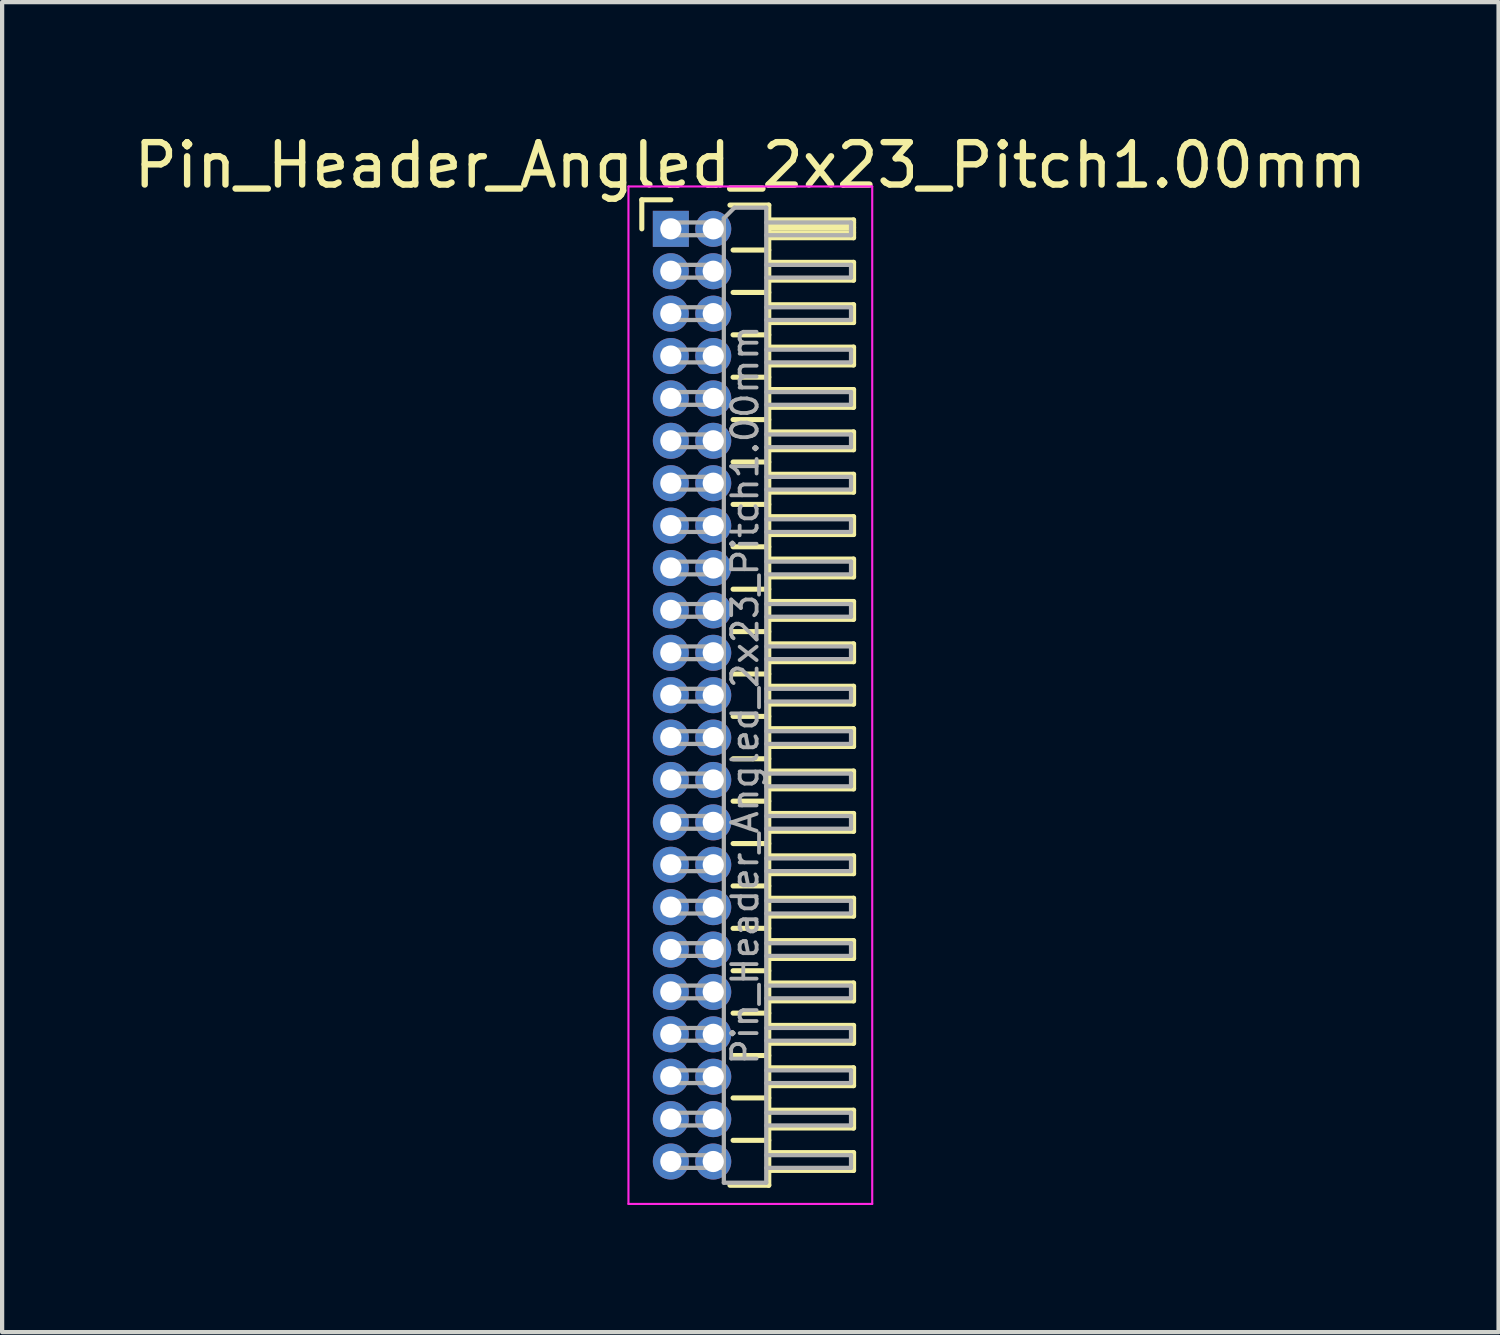
<source format=kicad_pcb>
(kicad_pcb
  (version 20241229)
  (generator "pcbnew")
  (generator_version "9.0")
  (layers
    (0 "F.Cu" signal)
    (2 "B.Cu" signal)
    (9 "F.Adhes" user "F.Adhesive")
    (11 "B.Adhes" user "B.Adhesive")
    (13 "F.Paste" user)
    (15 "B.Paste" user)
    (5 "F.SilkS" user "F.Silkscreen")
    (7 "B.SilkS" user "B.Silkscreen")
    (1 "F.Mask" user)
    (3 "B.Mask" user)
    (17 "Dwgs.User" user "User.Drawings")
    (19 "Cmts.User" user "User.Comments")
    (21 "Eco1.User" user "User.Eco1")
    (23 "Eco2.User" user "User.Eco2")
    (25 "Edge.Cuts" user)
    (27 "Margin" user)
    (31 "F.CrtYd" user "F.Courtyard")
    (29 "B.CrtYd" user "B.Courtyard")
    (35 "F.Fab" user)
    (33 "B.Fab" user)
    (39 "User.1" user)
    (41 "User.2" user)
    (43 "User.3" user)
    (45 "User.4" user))
  (footprint "Pin_Header_Angled_2x23_Pitch1.00mm"
    (layer "F.Cu")
    (at 12.774 2.348)
    (property "Reference" "Pin_Header_Angled_2x23_Pitch1.00mm" (at 1.875 -1.5 0) (layer "F.SilkS") (effects (font (size 1 1) (thickness 0.15))))
    (attr through_hole)
    (fp_line (start -0.685 -0.685) (end 0 -0.685) (stroke (width 0.12) (type solid)) (layer "F.SilkS"))
    (fp_line (start -0.685 0) (end -0.685 -0.685) (stroke (width 0.12) (type solid)) (layer "F.SilkS"))
    (fp_line (start 1.394 -0.56) (end 2.31 -0.56) (stroke (width 0.12) (type solid)) (layer "F.SilkS"))
    (fp_line (start 1.468 0.5) (end 2.31 0.5) (stroke (width 0.12) (type solid)) (layer "F.SilkS"))
    (fp_line (start 1.468 1.5) (end 2.31 1.5) (stroke (width 0.12) (type solid)) (layer "F.SilkS"))
    (fp_line (start 1.468 2.5) (end 2.31 2.5) (stroke (width 0.12) (type solid)) (layer "F.SilkS"))
    (fp_line (start 1.468 3.5) (end 2.31 3.5) (stroke (width 0.12) (type solid)) (layer "F.SilkS"))
    (fp_line (start 1.468 4.5) (end 2.31 4.5) (stroke (width 0.12) (type solid)) (layer "F.SilkS"))
    (fp_line (start 1.468 5.5) (end 2.31 5.5) (stroke (width 0.12) (type solid)) (layer "F.SilkS"))
    (fp_line (start 1.468 6.5) (end 2.31 6.5) (stroke (width 0.12) (type solid)) (layer "F.SilkS"))
    (fp_line (start 1.468 7.5) (end 2.31 7.5) (stroke (width 0.12) (type solid)) (layer "F.SilkS"))
    (fp_line (start 1.468 8.5) (end 2.31 8.5) (stroke (width 0.12) (type solid)) (layer "F.SilkS"))
    (fp_line (start 1.468 9.5) (end 2.31 9.5) (stroke (width 0.12) (type solid)) (layer "F.SilkS"))
    (fp_line (start 1.468 10.5) (end 2.31 10.5) (stroke (width 0.12) (type solid)) (layer "F.SilkS"))
    (fp_line (start 1.468 11.5) (end 2.31 11.5) (stroke (width 0.12) (type solid)) (layer "F.SilkS"))
    (fp_line (start 1.468 12.5) (end 2.31 12.5) (stroke (width 0.12) (type solid)) (layer "F.SilkS"))
    (fp_line (start 1.468 13.5) (end 2.31 13.5) (stroke (width 0.12) (type solid)) (layer "F.SilkS"))
    (fp_line (start 1.468 14.5) (end 2.31 14.5) (stroke (width 0.12) (type solid)) (layer "F.SilkS"))
    (fp_line (start 1.468 15.5) (end 2.31 15.5) (stroke (width 0.12) (type solid)) (layer "F.SilkS"))
    (fp_line (start 1.468 16.5) (end 2.31 16.5) (stroke (width 0.12) (type solid)) (layer "F.SilkS"))
    (fp_line (start 1.468 17.5) (end 2.31 17.5) (stroke (width 0.12) (type solid)) (layer "F.SilkS"))
    (fp_line (start 1.468 18.5) (end 2.31 18.5) (stroke (width 0.12) (type solid)) (layer "F.SilkS"))
    (fp_line (start 1.468 19.5) (end 2.31 19.5) (stroke (width 0.12) (type solid)) (layer "F.SilkS"))
    (fp_line (start 1.468 20.5) (end 2.31 20.5) (stroke (width 0.12) (type solid)) (layer "F.SilkS"))
    (fp_line (start 1.468 21.5) (end 2.31 21.5) (stroke (width 0.12) (type solid)) (layer "F.SilkS"))
    (fp_line (start 2.31 -0.56) (end 2.31 22.56) (stroke (width 0.12) (type solid)) (layer "F.SilkS"))
    (fp_line (start 2.31 -0.21) (end 4.31 -0.21) (stroke (width 0.12) (type solid)) (layer "F.SilkS"))
    (fp_line (start 2.31 -0.15) (end 4.31 -0.15) (stroke (width 0.12) (type solid)) (layer "F.SilkS"))
    (fp_line (start 2.31 -0.03) (end 4.31 -0.03) (stroke (width 0.12) (type solid)) (layer "F.SilkS"))
    (fp_line (start 2.31 0.09) (end 4.31 0.09) (stroke (width 0.12) (type solid)) (layer "F.SilkS"))
    (fp_line (start 2.31 0.79) (end 4.31 0.79) (stroke (width 0.12) (type solid)) (layer "F.SilkS"))
    (fp_line (start 2.31 1.79) (end 4.31 1.79) (stroke (width 0.12) (type solid)) (layer "F.SilkS"))
    (fp_line (start 2.31 2.79) (end 4.31 2.79) (stroke (width 0.12) (type solid)) (layer "F.SilkS"))
    (fp_line (start 2.31 3.79) (end 4.31 3.79) (stroke (width 0.12) (type solid)) (layer "F.SilkS"))
    (fp_line (start 2.31 4.79) (end 4.31 4.79) (stroke (width 0.12) (type solid)) (layer "F.SilkS"))
    (fp_line (start 2.31 5.79) (end 4.31 5.79) (stroke (width 0.12) (type solid)) (layer "F.SilkS"))
    (fp_line (start 2.31 6.79) (end 4.31 6.79) (stroke (width 0.12) (type solid)) (layer "F.SilkS"))
    (fp_line (start 2.31 7.79) (end 4.31 7.79) (stroke (width 0.12) (type solid)) (layer "F.SilkS"))
    (fp_line (start 2.31 8.79) (end 4.31 8.79) (stroke (width 0.12) (type solid)) (layer "F.SilkS"))
    (fp_line (start 2.31 9.79) (end 4.31 9.79) (stroke (width 0.12) (type solid)) (layer "F.SilkS"))
    (fp_line (start 2.31 10.79) (end 4.31 10.79) (stroke (width 0.12) (type solid)) (layer "F.SilkS"))
    (fp_line (start 2.31 11.79) (end 4.31 11.79) (stroke (width 0.12) (type solid)) (layer "F.SilkS"))
    (fp_line (start 2.31 12.79) (end 4.31 12.79) (stroke (width 0.12) (type solid)) (layer "F.SilkS"))
    (fp_line (start 2.31 13.79) (end 4.31 13.79) (stroke (width 0.12) (type solid)) (layer "F.SilkS"))
    (fp_line (start 2.31 14.79) (end 4.31 14.79) (stroke (width 0.12) (type solid)) (layer "F.SilkS"))
    (fp_line (start 2.31 15.79) (end 4.31 15.79) (stroke (width 0.12) (type solid)) (layer "F.SilkS"))
    (fp_line (start 2.31 16.79) (end 4.31 16.79) (stroke (width 0.12) (type solid)) (layer "F.SilkS"))
    (fp_line (start 2.31 17.79) (end 4.31 17.79) (stroke (width 0.12) (type solid)) (layer "F.SilkS"))
    (fp_line (start 2.31 18.79) (end 4.31 18.79) (stroke (width 0.12) (type solid)) (layer "F.SilkS"))
    (fp_line (start 2.31 19.79) (end 4.31 19.79) (stroke (width 0.12) (type solid)) (layer "F.SilkS"))
    (fp_line (start 2.31 20.79) (end 4.31 20.79) (stroke (width 0.12) (type solid)) (layer "F.SilkS"))
    (fp_line (start 2.31 21.79) (end 4.31 21.79) (stroke (width 0.12) (type solid)) (layer "F.SilkS"))
    (fp_line (start 2.31 22.56) (end 1.394 22.56) (stroke (width 0.12) (type solid)) (layer "F.SilkS"))
    (fp_line (start 4.31 -0.21) (end 4.31 0.21) (stroke (width 0.12) (type solid)) (layer "F.SilkS"))
    (fp_line (start 4.31 0.21) (end 2.31 0.21) (stroke (width 0.12) (type solid)) (layer "F.SilkS"))
    (fp_line (start 4.31 0.79) (end 4.31 1.21) (stroke (width 0.12) (type solid)) (layer "F.SilkS"))
    (fp_line (start 4.31 1.21) (end 2.31 1.21) (stroke (width 0.12) (type solid)) (layer "F.SilkS"))
    (fp_line (start 4.31 1.79) (end 4.31 2.21) (stroke (width 0.12) (type solid)) (layer "F.SilkS"))
    (fp_line (start 4.31 2.21) (end 2.31 2.21) (stroke (width 0.12) (type solid)) (layer "F.SilkS"))
    (fp_line (start 4.31 2.79) (end 4.31 3.21) (stroke (width 0.12) (type solid)) (layer "F.SilkS"))
    (fp_line (start 4.31 3.21) (end 2.31 3.21) (stroke (width 0.12) (type solid)) (layer "F.SilkS"))
    (fp_line (start 4.31 3.79) (end 4.31 4.21) (stroke (width 0.12) (type solid)) (layer "F.SilkS"))
    (fp_line (start 4.31 4.21) (end 2.31 4.21) (stroke (width 0.12) (type solid)) (layer "F.SilkS"))
    (fp_line (start 4.31 4.79) (end 4.31 5.21) (stroke (width 0.12) (type solid)) (layer "F.SilkS"))
    (fp_line (start 4.31 5.21) (end 2.31 5.21) (stroke (width 0.12) (type solid)) (layer "F.SilkS"))
    (fp_line (start 4.31 5.79) (end 4.31 6.21) (stroke (width 0.12) (type solid)) (layer "F.SilkS"))
    (fp_line (start 4.31 6.21) (end 2.31 6.21) (stroke (width 0.12) (type solid)) (layer "F.SilkS"))
    (fp_line (start 4.31 6.79) (end 4.31 7.21) (stroke (width 0.12) (type solid)) (layer "F.SilkS"))
    (fp_line (start 4.31 7.21) (end 2.31 7.21) (stroke (width 0.12) (type solid)) (layer "F.SilkS"))
    (fp_line (start 4.31 7.79) (end 4.31 8.21) (stroke (width 0.12) (type solid)) (layer "F.SilkS"))
    (fp_line (start 4.31 8.21) (end 2.31 8.21) (stroke (width 0.12) (type solid)) (layer "F.SilkS"))
    (fp_line (start 4.31 8.79) (end 4.31 9.21) (stroke (width 0.12) (type solid)) (layer "F.SilkS"))
    (fp_line (start 4.31 9.21) (end 2.31 9.21) (stroke (width 0.12) (type solid)) (layer "F.SilkS"))
    (fp_line (start 4.31 9.79) (end 4.31 10.21) (stroke (width 0.12) (type solid)) (layer "F.SilkS"))
    (fp_line (start 4.31 10.21) (end 2.31 10.21) (stroke (width 0.12) (type solid)) (layer "F.SilkS"))
    (fp_line (start 4.31 10.79) (end 4.31 11.21) (stroke (width 0.12) (type solid)) (layer "F.SilkS"))
    (fp_line (start 4.31 11.21) (end 2.31 11.21) (stroke (width 0.12) (type solid)) (layer "F.SilkS"))
    (fp_line (start 4.31 11.79) (end 4.31 12.21) (stroke (width 0.12) (type solid)) (layer "F.SilkS"))
    (fp_line (start 4.31 12.21) (end 2.31 12.21) (stroke (width 0.12) (type solid)) (layer "F.SilkS"))
    (fp_line (start 4.31 12.79) (end 4.31 13.21) (stroke (width 0.12) (type solid)) (layer "F.SilkS"))
    (fp_line (start 4.31 13.21) (end 2.31 13.21) (stroke (width 0.12) (type solid)) (layer "F.SilkS"))
    (fp_line (start 4.31 13.79) (end 4.31 14.21) (stroke (width 0.12) (type solid)) (layer "F.SilkS"))
    (fp_line (start 4.31 14.21) (end 2.31 14.21) (stroke (width 0.12) (type solid)) (layer "F.SilkS"))
    (fp_line (start 4.31 14.79) (end 4.31 15.21) (stroke (width 0.12) (type solid)) (layer "F.SilkS"))
    (fp_line (start 4.31 15.21) (end 2.31 15.21) (stroke (width 0.12) (type solid)) (layer "F.SilkS"))
    (fp_line (start 4.31 15.79) (end 4.31 16.21) (stroke (width 0.12) (type solid)) (layer "F.SilkS"))
    (fp_line (start 4.31 16.21) (end 2.31 16.21) (stroke (width 0.12) (type solid)) (layer "F.SilkS"))
    (fp_line (start 4.31 16.79) (end 4.31 17.21) (stroke (width 0.12) (type solid)) (layer "F.SilkS"))
    (fp_line (start 4.31 17.21) (end 2.31 17.21) (stroke (width 0.12) (type solid)) (layer "F.SilkS"))
    (fp_line (start 4.31 17.79) (end 4.31 18.21) (stroke (width 0.12) (type solid)) (layer "F.SilkS"))
    (fp_line (start 4.31 18.21) (end 2.31 18.21) (stroke (width 0.12) (type solid)) (layer "F.SilkS"))
    (fp_line (start 4.31 18.79) (end 4.31 19.21) (stroke (width 0.12) (type solid)) (layer "F.SilkS"))
    (fp_line (start 4.31 19.21) (end 2.31 19.21) (stroke (width 0.12) (type solid)) (layer "F.SilkS"))
    (fp_line (start 4.31 19.79) (end 4.31 20.21) (stroke (width 0.12) (type solid)) (layer "F.SilkS"))
    (fp_line (start 4.31 20.21) (end 2.31 20.21) (stroke (width 0.12) (type solid)) (layer "F.SilkS"))
    (fp_line (start 4.31 20.79) (end 4.31 21.21) (stroke (width 0.12) (type solid)) (layer "F.SilkS"))
    (fp_line (start 4.31 21.21) (end 2.31 21.21) (stroke (width 0.12) (type solid)) (layer "F.SilkS"))
    (fp_line (start 4.31 21.79) (end 4.31 22.21) (stroke (width 0.12) (type solid)) (layer "F.SilkS"))
    (fp_line (start 4.31 22.21) (end 2.31 22.21) (stroke (width 0.12) (type solid)) (layer "F.SilkS"))
    (fp_line (start -1 -1) (end -1 23) (stroke (width 0.05) (type solid)) (layer "F.CrtYd"))
    (fp_line (start -1 23) (end 4.75 23) (stroke (width 0.05) (type solid)) (layer "F.CrtYd"))
    (fp_line (start 4.75 -1) (end -1 -1) (stroke (width 0.05) (type solid)) (layer "F.CrtYd"))
    (fp_line (start 4.75 23) (end 4.75 -1) (stroke (width 0.05) (type solid)) (layer "F.CrtYd"))
    (fp_line (start -0.15 -0.15) (end -0.15 0.15) (stroke (width 0.1) (type solid)) (layer "F.Fab"))
    (fp_line (start -0.15 -0.15) (end 1.25 -0.15) (stroke (width 0.1) (type solid)) (layer "F.Fab"))
    (fp_line (start -0.15 0.15) (end 1.25 0.15) (stroke (width 0.1) (type solid)) (layer "F.Fab"))
    (fp_line (start -0.15 0.85) (end -0.15 1.15) (stroke (width 0.1) (type solid)) (layer "F.Fab"))
    (fp_line (start -0.15 0.85) (end 1.25 0.85) (stroke (width 0.1) (type solid)) (layer "F.Fab"))
    (fp_line (start -0.15 1.15) (end 1.25 1.15) (stroke (width 0.1) (type solid)) (layer "F.Fab"))
    (fp_line (start -0.15 1.85) (end -0.15 2.15) (stroke (width 0.1) (type solid)) (layer "F.Fab"))
    (fp_line (start -0.15 1.85) (end 1.25 1.85) (stroke (width 0.1) (type solid)) (layer "F.Fab"))
    (fp_line (start -0.15 2.15) (end 1.25 2.15) (stroke (width 0.1) (type solid)) (layer "F.Fab"))
    (fp_line (start -0.15 2.85) (end -0.15 3.15) (stroke (width 0.1) (type solid)) (layer "F.Fab"))
    (fp_line (start -0.15 2.85) (end 1.25 2.85) (stroke (width 0.1) (type solid)) (layer "F.Fab"))
    (fp_line (start -0.15 3.15) (end 1.25 3.15) (stroke (width 0.1) (type solid)) (layer "F.Fab"))
    (fp_line (start -0.15 3.85) (end -0.15 4.15) (stroke (width 0.1) (type solid)) (layer "F.Fab"))
    (fp_line (start -0.15 3.85) (end 1.25 3.85) (stroke (width 0.1) (type solid)) (layer "F.Fab"))
    (fp_line (start -0.15 4.15) (end 1.25 4.15) (stroke (width 0.1) (type solid)) (layer "F.Fab"))
    (fp_line (start -0.15 4.85) (end -0.15 5.15) (stroke (width 0.1) (type solid)) (layer "F.Fab"))
    (fp_line (start -0.15 4.85) (end 1.25 4.85) (stroke (width 0.1) (type solid)) (layer "F.Fab"))
    (fp_line (start -0.15 5.15) (end 1.25 5.15) (stroke (width 0.1) (type solid)) (layer "F.Fab"))
    (fp_line (start -0.15 5.85) (end -0.15 6.15) (stroke (width 0.1) (type solid)) (layer "F.Fab"))
    (fp_line (start -0.15 5.85) (end 1.25 5.85) (stroke (width 0.1) (type solid)) (layer "F.Fab"))
    (fp_line (start -0.15 6.15) (end 1.25 6.15) (stroke (width 0.1) (type solid)) (layer "F.Fab"))
    (fp_line (start -0.15 6.85) (end -0.15 7.15) (stroke (width 0.1) (type solid)) (layer "F.Fab"))
    (fp_line (start -0.15 6.85) (end 1.25 6.85) (stroke (width 0.1) (type solid)) (layer "F.Fab"))
    (fp_line (start -0.15 7.15) (end 1.25 7.15) (stroke (width 0.1) (type solid)) (layer "F.Fab"))
    (fp_line (start -0.15 7.85) (end -0.15 8.15) (stroke (width 0.1) (type solid)) (layer "F.Fab"))
    (fp_line (start -0.15 7.85) (end 1.25 7.85) (stroke (width 0.1) (type solid)) (layer "F.Fab"))
    (fp_line (start -0.15 8.15) (end 1.25 8.15) (stroke (width 0.1) (type solid)) (layer "F.Fab"))
    (fp_line (start -0.15 8.85) (end -0.15 9.15) (stroke (width 0.1) (type solid)) (layer "F.Fab"))
    (fp_line (start -0.15 8.85) (end 1.25 8.85) (stroke (width 0.1) (type solid)) (layer "F.Fab"))
    (fp_line (start -0.15 9.15) (end 1.25 9.15) (stroke (width 0.1) (type solid)) (layer "F.Fab"))
    (fp_line (start -0.15 9.85) (end -0.15 10.15) (stroke (width 0.1) (type solid)) (layer "F.Fab"))
    (fp_line (start -0.15 9.85) (end 1.25 9.85) (stroke (width 0.1) (type solid)) (layer "F.Fab"))
    (fp_line (start -0.15 10.15) (end 1.25 10.15) (stroke (width 0.1) (type solid)) (layer "F.Fab"))
    (fp_line (start -0.15 10.85) (end -0.15 11.15) (stroke (width 0.1) (type solid)) (layer "F.Fab"))
    (fp_line (start -0.15 10.85) (end 1.25 10.85) (stroke (width 0.1) (type solid)) (layer "F.Fab"))
    (fp_line (start -0.15 11.15) (end 1.25 11.15) (stroke (width 0.1) (type solid)) (layer "F.Fab"))
    (fp_line (start -0.15 11.85) (end -0.15 12.15) (stroke (width 0.1) (type solid)) (layer "F.Fab"))
    (fp_line (start -0.15 11.85) (end 1.25 11.85) (stroke (width 0.1) (type solid)) (layer "F.Fab"))
    (fp_line (start -0.15 12.15) (end 1.25 12.15) (stroke (width 0.1) (type solid)) (layer "F.Fab"))
    (fp_line (start -0.15 12.85) (end -0.15 13.15) (stroke (width 0.1) (type solid)) (layer "F.Fab"))
    (fp_line (start -0.15 12.85) (end 1.25 12.85) (stroke (width 0.1) (type solid)) (layer "F.Fab"))
    (fp_line (start -0.15 13.15) (end 1.25 13.15) (stroke (width 0.1) (type solid)) (layer "F.Fab"))
    (fp_line (start -0.15 13.85) (end -0.15 14.15) (stroke (width 0.1) (type solid)) (layer "F.Fab"))
    (fp_line (start -0.15 13.85) (end 1.25 13.85) (stroke (width 0.1) (type solid)) (layer "F.Fab"))
    (fp_line (start -0.15 14.15) (end 1.25 14.15) (stroke (width 0.1) (type solid)) (layer "F.Fab"))
    (fp_line (start -0.15 14.85) (end -0.15 15.15) (stroke (width 0.1) (type solid)) (layer "F.Fab"))
    (fp_line (start -0.15 14.85) (end 1.25 14.85) (stroke (width 0.1) (type solid)) (layer "F.Fab"))
    (fp_line (start -0.15 15.15) (end 1.25 15.15) (stroke (width 0.1) (type solid)) (layer "F.Fab"))
    (fp_line (start -0.15 15.85) (end -0.15 16.15) (stroke (width 0.1) (type solid)) (layer "F.Fab"))
    (fp_line (start -0.15 15.85) (end 1.25 15.85) (stroke (width 0.1) (type solid)) (layer "F.Fab"))
    (fp_line (start -0.15 16.15) (end 1.25 16.15) (stroke (width 0.1) (type solid)) (layer "F.Fab"))
    (fp_line (start -0.15 16.85) (end -0.15 17.15) (stroke (width 0.1) (type solid)) (layer "F.Fab"))
    (fp_line (start -0.15 16.85) (end 1.25 16.85) (stroke (width 0.1) (type solid)) (layer "F.Fab"))
    (fp_line (start -0.15 17.15) (end 1.25 17.15) (stroke (width 0.1) (type solid)) (layer "F.Fab"))
    (fp_line (start -0.15 17.85) (end -0.15 18.15) (stroke (width 0.1) (type solid)) (layer "F.Fab"))
    (fp_line (start -0.15 17.85) (end 1.25 17.85) (stroke (width 0.1) (type solid)) (layer "F.Fab"))
    (fp_line (start -0.15 18.15) (end 1.25 18.15) (stroke (width 0.1) (type solid)) (layer "F.Fab"))
    (fp_line (start -0.15 18.85) (end -0.15 19.15) (stroke (width 0.1) (type solid)) (layer "F.Fab"))
    (fp_line (start -0.15 18.85) (end 1.25 18.85) (stroke (width 0.1) (type solid)) (layer "F.Fab"))
    (fp_line (start -0.15 19.15) (end 1.25 19.15) (stroke (width 0.1) (type solid)) (layer "F.Fab"))
    (fp_line (start -0.15 19.85) (end -0.15 20.15) (stroke (width 0.1) (type solid)) (layer "F.Fab"))
    (fp_line (start -0.15 19.85) (end 1.25 19.85) (stroke (width 0.1) (type solid)) (layer "F.Fab"))
    (fp_line (start -0.15 20.15) (end 1.25 20.15) (stroke (width 0.1) (type solid)) (layer "F.Fab"))
    (fp_line (start -0.15 20.85) (end -0.15 21.15) (stroke (width 0.1) (type solid)) (layer "F.Fab"))
    (fp_line (start -0.15 20.85) (end 1.25 20.85) (stroke (width 0.1) (type solid)) (layer "F.Fab"))
    (fp_line (start -0.15 21.15) (end 1.25 21.15) (stroke (width 0.1) (type solid)) (layer "F.Fab"))
    (fp_line (start -0.15 21.85) (end -0.15 22.15) (stroke (width 0.1) (type solid)) (layer "F.Fab"))
    (fp_line (start -0.15 21.85) (end 1.25 21.85) (stroke (width 0.1) (type solid)) (layer "F.Fab"))
    (fp_line (start -0.15 22.15) (end 1.25 22.15) (stroke (width 0.1) (type solid)) (layer "F.Fab"))
    (fp_line (start 1.25 -0.25) (end 1.5 -0.5) (stroke (width 0.1) (type solid)) (layer "F.Fab"))
    (fp_line (start 1.25 22.5) (end 1.25 -0.25) (stroke (width 0.1) (type solid)) (layer "F.Fab"))
    (fp_line (start 1.5 -0.5) (end 2.25 -0.5) (stroke (width 0.1) (type solid)) (layer "F.Fab"))
    (fp_line (start 2.25 -0.5) (end 2.25 22.5) (stroke (width 0.1) (type solid)) (layer "F.Fab"))
    (fp_line (start 2.25 -0.15) (end 4.25 -0.15) (stroke (width 0.1) (type solid)) (layer "F.Fab"))
    (fp_line (start 2.25 0.15) (end 4.25 0.15) (stroke (width 0.1) (type solid)) (layer "F.Fab"))
    (fp_line (start 2.25 0.85) (end 4.25 0.85) (stroke (width 0.1) (type solid)) (layer "F.Fab"))
    (fp_line (start 2.25 1.15) (end 4.25 1.15) (stroke (width 0.1) (type solid)) (layer "F.Fab"))
    (fp_line (start 2.25 1.85) (end 4.25 1.85) (stroke (width 0.1) (type solid)) (layer "F.Fab"))
    (fp_line (start 2.25 2.15) (end 4.25 2.15) (stroke (width 0.1) (type solid)) (layer "F.Fab"))
    (fp_line (start 2.25 2.85) (end 4.25 2.85) (stroke (width 0.1) (type solid)) (layer "F.Fab"))
    (fp_line (start 2.25 3.15) (end 4.25 3.15) (stroke (width 0.1) (type solid)) (layer "F.Fab"))
    (fp_line (start 2.25 3.85) (end 4.25 3.85) (stroke (width 0.1) (type solid)) (layer "F.Fab"))
    (fp_line (start 2.25 4.15) (end 4.25 4.15) (stroke (width 0.1) (type solid)) (layer "F.Fab"))
    (fp_line (start 2.25 4.85) (end 4.25 4.85) (stroke (width 0.1) (type solid)) (layer "F.Fab"))
    (fp_line (start 2.25 5.15) (end 4.25 5.15) (stroke (width 0.1) (type solid)) (layer "F.Fab"))
    (fp_line (start 2.25 5.85) (end 4.25 5.85) (stroke (width 0.1) (type solid)) (layer "F.Fab"))
    (fp_line (start 2.25 6.15) (end 4.25 6.15) (stroke (width 0.1) (type solid)) (layer "F.Fab"))
    (fp_line (start 2.25 6.85) (end 4.25 6.85) (stroke (width 0.1) (type solid)) (layer "F.Fab"))
    (fp_line (start 2.25 7.15) (end 4.25 7.15) (stroke (width 0.1) (type solid)) (layer "F.Fab"))
    (fp_line (start 2.25 7.85) (end 4.25 7.85) (stroke (width 0.1) (type solid)) (layer "F.Fab"))
    (fp_line (start 2.25 8.15) (end 4.25 8.15) (stroke (width 0.1) (type solid)) (layer "F.Fab"))
    (fp_line (start 2.25 8.85) (end 4.25 8.85) (stroke (width 0.1) (type solid)) (layer "F.Fab"))
    (fp_line (start 2.25 9.15) (end 4.25 9.15) (stroke (width 0.1) (type solid)) (layer "F.Fab"))
    (fp_line (start 2.25 9.85) (end 4.25 9.85) (stroke (width 0.1) (type solid)) (layer "F.Fab"))
    (fp_line (start 2.25 10.15) (end 4.25 10.15) (stroke (width 0.1) (type solid)) (layer "F.Fab"))
    (fp_line (start 2.25 10.85) (end 4.25 10.85) (stroke (width 0.1) (type solid)) (layer "F.Fab"))
    (fp_line (start 2.25 11.15) (end 4.25 11.15) (stroke (width 0.1) (type solid)) (layer "F.Fab"))
    (fp_line (start 2.25 11.85) (end 4.25 11.85) (stroke (width 0.1) (type solid)) (layer "F.Fab"))
    (fp_line (start 2.25 12.15) (end 4.25 12.15) (stroke (width 0.1) (type solid)) (layer "F.Fab"))
    (fp_line (start 2.25 12.85) (end 4.25 12.85) (stroke (width 0.1) (type solid)) (layer "F.Fab"))
    (fp_line (start 2.25 13.15) (end 4.25 13.15) (stroke (width 0.1) (type solid)) (layer "F.Fab"))
    (fp_line (start 2.25 13.85) (end 4.25 13.85) (stroke (width 0.1) (type solid)) (layer "F.Fab"))
    (fp_line (start 2.25 14.15) (end 4.25 14.15) (stroke (width 0.1) (type solid)) (layer "F.Fab"))
    (fp_line (start 2.25 14.85) (end 4.25 14.85) (stroke (width 0.1) (type solid)) (layer "F.Fab"))
    (fp_line (start 2.25 15.15) (end 4.25 15.15) (stroke (width 0.1) (type solid)) (layer "F.Fab"))
    (fp_line (start 2.25 15.85) (end 4.25 15.85) (stroke (width 0.1) (type solid)) (layer "F.Fab"))
    (fp_line (start 2.25 16.15) (end 4.25 16.15) (stroke (width 0.1) (type solid)) (layer "F.Fab"))
    (fp_line (start 2.25 16.85) (end 4.25 16.85) (stroke (width 0.1) (type solid)) (layer "F.Fab"))
    (fp_line (start 2.25 17.15) (end 4.25 17.15) (stroke (width 0.1) (type solid)) (layer "F.Fab"))
    (fp_line (start 2.25 17.85) (end 4.25 17.85) (stroke (width 0.1) (type solid)) (layer "F.Fab"))
    (fp_line (start 2.25 18.15) (end 4.25 18.15) (stroke (width 0.1) (type solid)) (layer "F.Fab"))
    (fp_line (start 2.25 18.85) (end 4.25 18.85) (stroke (width 0.1) (type solid)) (layer "F.Fab"))
    (fp_line (start 2.25 19.15) (end 4.25 19.15) (stroke (width 0.1) (type solid)) (layer "F.Fab"))
    (fp_line (start 2.25 19.85) (end 4.25 19.85) (stroke (width 0.1) (type solid)) (layer "F.Fab"))
    (fp_line (start 2.25 20.15) (end 4.25 20.15) (stroke (width 0.1) (type solid)) (layer "F.Fab"))
    (fp_line (start 2.25 20.85) (end 4.25 20.85) (stroke (width 0.1) (type solid)) (layer "F.Fab"))
    (fp_line (start 2.25 21.15) (end 4.25 21.15) (stroke (width 0.1) (type solid)) (layer "F.Fab"))
    (fp_line (start 2.25 21.85) (end 4.25 21.85) (stroke (width 0.1) (type solid)) (layer "F.Fab"))
    (fp_line (start 2.25 22.15) (end 4.25 22.15) (stroke (width 0.1) (type solid)) (layer "F.Fab"))
    (fp_line (start 2.25 22.5) (end 1.25 22.5) (stroke (width 0.1) (type solid)) (layer "F.Fab"))
    (fp_line (start 4.25 -0.15) (end 4.25 0.15) (stroke (width 0.1) (type solid)) (layer "F.Fab"))
    (fp_line (start 4.25 0.85) (end 4.25 1.15) (stroke (width 0.1) (type solid)) (layer "F.Fab"))
    (fp_line (start 4.25 1.85) (end 4.25 2.15) (stroke (width 0.1) (type solid)) (layer "F.Fab"))
    (fp_line (start 4.25 2.85) (end 4.25 3.15) (stroke (width 0.1) (type solid)) (layer "F.Fab"))
    (fp_line (start 4.25 3.85) (end 4.25 4.15) (stroke (width 0.1) (type solid)) (layer "F.Fab"))
    (fp_line (start 4.25 4.85) (end 4.25 5.15) (stroke (width 0.1) (type solid)) (layer "F.Fab"))
    (fp_line (start 4.25 5.85) (end 4.25 6.15) (stroke (width 0.1) (type solid)) (layer "F.Fab"))
    (fp_line (start 4.25 6.85) (end 4.25 7.15) (stroke (width 0.1) (type solid)) (layer "F.Fab"))
    (fp_line (start 4.25 7.85) (end 4.25 8.15) (stroke (width 0.1) (type solid)) (layer "F.Fab"))
    (fp_line (start 4.25 8.85) (end 4.25 9.15) (stroke (width 0.1) (type solid)) (layer "F.Fab"))
    (fp_line (start 4.25 9.85) (end 4.25 10.15) (stroke (width 0.1) (type solid)) (layer "F.Fab"))
    (fp_line (start 4.25 10.85) (end 4.25 11.15) (stroke (width 0.1) (type solid)) (layer "F.Fab"))
    (fp_line (start 4.25 11.85) (end 4.25 12.15) (stroke (width 0.1) (type solid)) (layer "F.Fab"))
    (fp_line (start 4.25 12.85) (end 4.25 13.15) (stroke (width 0.1) (type solid)) (layer "F.Fab"))
    (fp_line (start 4.25 13.85) (end 4.25 14.15) (stroke (width 0.1) (type solid)) (layer "F.Fab"))
    (fp_line (start 4.25 14.85) (end 4.25 15.15) (stroke (width 0.1) (type solid)) (layer "F.Fab"))
    (fp_line (start 4.25 15.85) (end 4.25 16.15) (stroke (width 0.1) (type solid)) (layer "F.Fab"))
    (fp_line (start 4.25 16.85) (end 4.25 17.15) (stroke (width 0.1) (type solid)) (layer "F.Fab"))
    (fp_line (start 4.25 17.85) (end 4.25 18.15) (stroke (width 0.1) (type solid)) (layer "F.Fab"))
    (fp_line (start 4.25 18.85) (end 4.25 19.15) (stroke (width 0.1) (type solid)) (layer "F.Fab"))
    (fp_line (start 4.25 19.85) (end 4.25 20.15) (stroke (width 0.1) (type solid)) (layer "F.Fab"))
    (fp_line (start 4.25 20.85) (end 4.25 21.15) (stroke (width 0.1) (type solid)) (layer "F.Fab"))
    (fp_line (start 4.25 21.85) (end 4.25 22.15) (stroke (width 0.1) (type solid)) (layer "F.Fab"))
    (fp_text user "${REFERENCE}" (at 1.75 11 90) (layer "F.Fab") (effects (font (size 0.6 0.6) (thickness 0.09))))
    (pad "1" thru_hole rect (at 0 0) (size 0.85 0.85) (drill 0.5) (layers "*.Cu" "*.Mask"))
    (pad "2" thru_hole oval (at 1 0) (size 0.85 0.85) (drill 0.5) (layers "*.Cu" "*.Mask"))
    (pad "3" thru_hole oval (at 0 1) (size 0.85 0.85) (drill 0.5) (layers "*.Cu" "*.Mask"))
    (pad "4" thru_hole oval (at 1 1) (size 0.85 0.85) (drill 0.5) (layers "*.Cu" "*.Mask"))
    (pad "5" thru_hole oval (at 0 2) (size 0.85 0.85) (drill 0.5) (layers "*.Cu" "*.Mask"))
    (pad "6" thru_hole oval (at 1 2) (size 0.85 0.85) (drill 0.5) (layers "*.Cu" "*.Mask"))
    (pad "7" thru_hole oval (at 0 3) (size 0.85 0.85) (drill 0.5) (layers "*.Cu" "*.Mask"))
    (pad "8" thru_hole oval (at 1 3) (size 0.85 0.85) (drill 0.5) (layers "*.Cu" "*.Mask"))
    (pad "9" thru_hole oval (at 0 4) (size 0.85 0.85) (drill 0.5) (layers "*.Cu" "*.Mask"))
    (pad "10" thru_hole oval (at 1 4) (size 0.85 0.85) (drill 0.5) (layers "*.Cu" "*.Mask"))
    (pad "11" thru_hole oval (at 0 5) (size 0.85 0.85) (drill 0.5) (layers "*.Cu" "*.Mask"))
    (pad "12" thru_hole oval (at 1 5) (size 0.85 0.85) (drill 0.5) (layers "*.Cu" "*.Mask"))
    (pad "13" thru_hole oval (at 0 6) (size 0.85 0.85) (drill 0.5) (layers "*.Cu" "*.Mask"))
    (pad "14" thru_hole oval (at 1 6) (size 0.85 0.85) (drill 0.5) (layers "*.Cu" "*.Mask"))
    (pad "15" thru_hole oval (at 0 7) (size 0.85 0.85) (drill 0.5) (layers "*.Cu" "*.Mask"))
    (pad "16" thru_hole oval (at 1 7) (size 0.85 0.85) (drill 0.5) (layers "*.Cu" "*.Mask"))
    (pad "17" thru_hole oval (at 0 8) (size 0.85 0.85) (drill 0.5) (layers "*.Cu" "*.Mask"))
    (pad "18" thru_hole oval (at 1 8) (size 0.85 0.85) (drill 0.5) (layers "*.Cu" "*.Mask"))
    (pad "19" thru_hole oval (at 0 9) (size 0.85 0.85) (drill 0.5) (layers "*.Cu" "*.Mask"))
    (pad "20" thru_hole oval (at 1 9) (size 0.85 0.85) (drill 0.5) (layers "*.Cu" "*.Mask"))
    (pad "21" thru_hole oval (at 0 10) (size 0.85 0.85) (drill 0.5) (layers "*.Cu" "*.Mask"))
    (pad "22" thru_hole oval (at 1 10) (size 0.85 0.85) (drill 0.5) (layers "*.Cu" "*.Mask"))
    (pad "23" thru_hole oval (at 0 11) (size 0.85 0.85) (drill 0.5) (layers "*.Cu" "*.Mask"))
    (pad "24" thru_hole oval (at 1 11) (size 0.85 0.85) (drill 0.5) (layers "*.Cu" "*.Mask"))
    (pad "25" thru_hole oval (at 0 12) (size 0.85 0.85) (drill 0.5) (layers "*.Cu" "*.Mask"))
    (pad "26" thru_hole oval (at 1 12) (size 0.85 0.85) (drill 0.5) (layers "*.Cu" "*.Mask"))
    (pad "27" thru_hole oval (at 0 13) (size 0.85 0.85) (drill 0.5) (layers "*.Cu" "*.Mask"))
    (pad "28" thru_hole oval (at 1 13) (size 0.85 0.85) (drill 0.5) (layers "*.Cu" "*.Mask"))
    (pad "29" thru_hole oval (at 0 14) (size 0.85 0.85) (drill 0.5) (layers "*.Cu" "*.Mask"))
    (pad "30" thru_hole oval (at 1 14) (size 0.85 0.85) (drill 0.5) (layers "*.Cu" "*.Mask"))
    (pad "31" thru_hole oval (at 0 15) (size 0.85 0.85) (drill 0.5) (layers "*.Cu" "*.Mask"))
    (pad "32" thru_hole oval (at 1 15) (size 0.85 0.85) (drill 0.5) (layers "*.Cu" "*.Mask"))
    (pad "33" thru_hole oval (at 0 16) (size 0.85 0.85) (drill 0.5) (layers "*.Cu" "*.Mask"))
    (pad "34" thru_hole oval (at 1 16) (size 0.85 0.85) (drill 0.5) (layers "*.Cu" "*.Mask"))
    (pad "35" thru_hole oval (at 0 17) (size 0.85 0.85) (drill 0.5) (layers "*.Cu" "*.Mask"))
    (pad "36" thru_hole oval (at 1 17) (size 0.85 0.85) (drill 0.5) (layers "*.Cu" "*.Mask"))
    (pad "37" thru_hole oval (at 0 18) (size 0.85 0.85) (drill 0.5) (layers "*.Cu" "*.Mask"))
    (pad "38" thru_hole oval (at 1 18) (size 0.85 0.85) (drill 0.5) (layers "*.Cu" "*.Mask"))
    (pad "39" thru_hole oval (at 0 19) (size 0.85 0.85) (drill 0.5) (layers "*.Cu" "*.Mask"))
    (pad "40" thru_hole oval (at 1 19) (size 0.85 0.85) (drill 0.5) (layers "*.Cu" "*.Mask"))
    (pad "41" thru_hole oval (at 0 20) (size 0.85 0.85) (drill 0.5) (layers "*.Cu" "*.Mask"))
    (pad "42" thru_hole oval (at 1 20) (size 0.85 0.85) (drill 0.5) (layers "*.Cu" "*.Mask"))
    (pad "43" thru_hole oval (at 0 21) (size 0.85 0.85) (drill 0.5) (layers "*.Cu" "*.Mask"))
    (pad "44" thru_hole oval (at 1 21) (size 0.85 0.85) (drill 0.5) (layers "*.Cu" "*.Mask"))
    (pad "45" thru_hole oval (at 0 22) (size 0.85 0.85) (drill 0.5) (layers "*.Cu" "*.Mask"))
    (pad "46" thru_hole oval (at 1 22) (size 0.85 0.85) (drill 0.5) (layers "*.Cu" "*.Mask")))
  (gr_rect
    (start -3 -3)
    (end 32.298 28.373)
    (stroke (width 0.1) (type default))
    (fill no)
    (layer "Edge.Cuts")))
</source>
